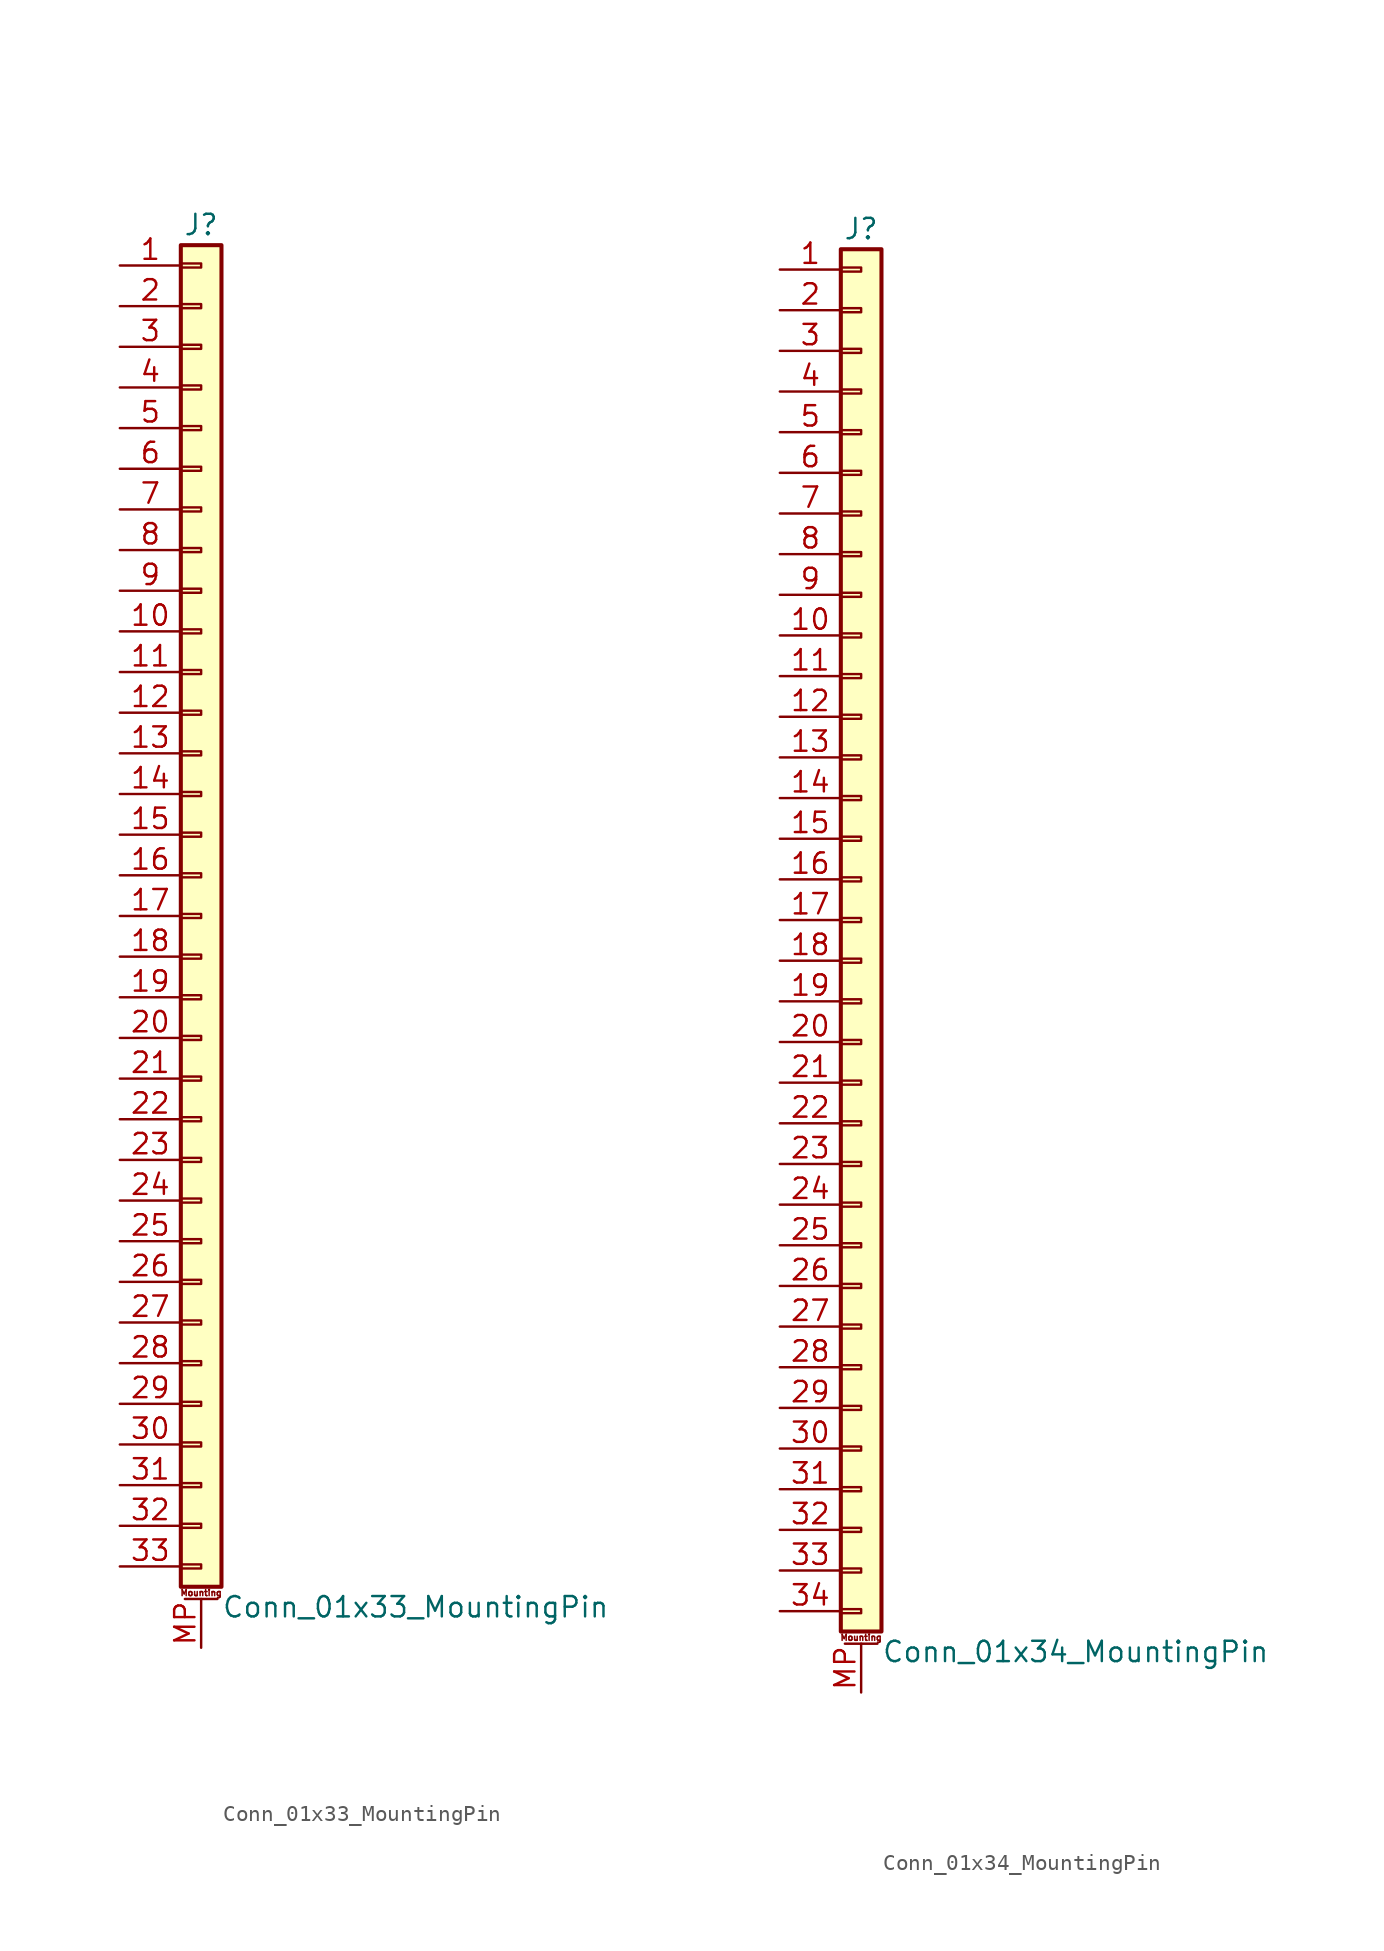
<source format=kicad_sym>
(kicad_symbol_lib
  (version 20201005)
  (generator kicad_symbol_editor)
  (symbol "Conn_01x33_MountingPin"
    (pin_names
      (offset 1.016) hide)
    (property "Reference" "J"
      (at 0 43.18 0)
      (effects (font (size 1.27 1.27))))
    (property "Value" "Conn_01x33_MountingPin"
      (at 1.27 -43.18 0)
      (effects (font (size 1.27 1.27)) (justify left)))
    (symbol "Conn_01x33_MountingPin_1_1"
      (text "Mounting" (at 0 -42.291 0) (effects (font (size 0.381 0.381))))
      (rectangle (start -1.27 -40.513) (end 0 -40.767) (stroke (width 0.152)) (fill (type none)))
      (rectangle (start -1.27 -37.973) (end 0 -38.227) (stroke (width 0.152)) (fill (type none)))
      (rectangle (start -1.27 -35.433) (end 0 -35.687) (stroke (width 0.152)) (fill (type none)))
      (rectangle (start -1.27 -32.893) (end 0 -33.147) (stroke (width 0.152)) (fill (type none)))
      (rectangle (start -1.27 -30.353) (end 0 -30.607) (stroke (width 0.152)) (fill (type none)))
      (rectangle (start -1.27 -27.813) (end 0 -28.067) (stroke (width 0.152)) (fill (type none)))
      (rectangle (start -1.27 -25.273) (end 0 -25.527) (stroke (width 0.152)) (fill (type none)))
      (rectangle (start -1.27 -22.733) (end 0 -22.987) (stroke (width 0.152)) (fill (type none)))
      (rectangle (start -1.27 -20.193) (end 0 -20.447) (stroke (width 0.152)) (fill (type none)))
      (rectangle (start -1.27 -17.653) (end 0 -17.907) (stroke (width 0.152)) (fill (type none)))
      (rectangle (start -1.27 -15.113) (end 0 -15.367) (stroke (width 0.152)) (fill (type none)))
      (rectangle (start -1.27 -12.573) (end 0 -12.827) (stroke (width 0.152)) (fill (type none)))
      (rectangle (start -1.27 -10.033) (end 0 -10.287) (stroke (width 0.152)) (fill (type none)))
      (rectangle (start -1.27 -7.493) (end 0 -7.747) (stroke (width 0.152)) (fill (type none)))
      (rectangle (start -1.27 -4.953) (end 0 -5.207) (stroke (width 0.152)) (fill (type none)))
      (rectangle (start -1.27 -2.413) (end 0 -2.667) (stroke (width 0.152)) (fill (type none)))
      (rectangle (start -1.27 0.127) (end 0 -0.127) (stroke (width 0.152)) (fill (type none)))
      (rectangle (start -1.27 2.667) (end 0 2.413) (stroke (width 0.152)) (fill (type none)))
      (rectangle (start -1.27 5.207) (end 0 4.953) (stroke (width 0.152)) (fill (type none)))
      (rectangle (start -1.27 7.747) (end 0 7.493) (stroke (width 0.152)) (fill (type none)))
      (rectangle (start -1.27 10.287) (end 0 10.033) (stroke (width 0.152)) (fill (type none)))
      (rectangle (start -1.27 12.827) (end 0 12.573) (stroke (width 0.152)) (fill (type none)))
      (rectangle (start -1.27 15.367) (end 0 15.113) (stroke (width 0.152)) (fill (type none)))
      (rectangle (start -1.27 17.907) (end 0 17.653) (stroke (width 0.152)) (fill (type none)))
      (rectangle (start -1.27 20.447) (end 0 20.193) (stroke (width 0.152)) (fill (type none)))
      (rectangle (start -1.27 22.987) (end 0 22.733) (stroke (width 0.152)) (fill (type none)))
      (rectangle (start -1.27 25.527) (end 0 25.273) (stroke (width 0.152)) (fill (type none)))
      (rectangle (start -1.27 28.067) (end 0 27.813) (stroke (width 0.152)) (fill (type none)))
      (rectangle (start -1.27 30.607) (end 0 30.353) (stroke (width 0.152)) (fill (type none)))
      (rectangle (start -1.27 33.147) (end 0 32.893) (stroke (width 0.152)) (fill (type none)))
      (rectangle (start -1.27 35.687) (end 0 35.433) (stroke (width 0.152)) (fill (type none)))
      (rectangle (start -1.27 38.227) (end 0 37.973) (stroke (width 0.152)) (fill (type none)))
      (rectangle (start -1.27 40.767) (end 0 40.513) (stroke (width 0.152)) (fill (type none)))
      (rectangle (start -1.27 41.91) (end 1.27 -41.91) (stroke (width 0.254)) (fill (type background)))
      (polyline (pts (xy -1.016 -42.672) (xy 1.016 -42.672)) (stroke (width 0.152)) (fill (type none)))
      (pin passive line (at -5.08 40.64 0) (length 3.81) (name "Pin_1" (effects (font (size 1.27 1.27)))) (number "1" (effects (font (size 1.27 1.27)))))
      (pin passive line (at -5.08 17.78 0) (length 3.81) (name "Pin_10" (effects (font (size 1.27 1.27)))) (number "10" (effects (font (size 1.27 1.27)))))
      (pin passive line (at -5.08 15.24 0) (length 3.81) (name "Pin_11" (effects (font (size 1.27 1.27)))) (number "11" (effects (font (size 1.27 1.27)))))
      (pin passive line (at -5.08 12.7 0) (length 3.81) (name "Pin_12" (effects (font (size 1.27 1.27)))) (number "12" (effects (font (size 1.27 1.27)))))
      (pin passive line (at -5.08 10.16 0) (length 3.81) (name "Pin_13" (effects (font (size 1.27 1.27)))) (number "13" (effects (font (size 1.27 1.27)))))
      (pin passive line (at -5.08 7.62 0) (length 3.81) (name "Pin_14" (effects (font (size 1.27 1.27)))) (number "14" (effects (font (size 1.27 1.27)))))
      (pin passive line (at -5.08 5.08 0) (length 3.81) (name "Pin_15" (effects (font (size 1.27 1.27)))) (number "15" (effects (font (size 1.27 1.27)))))
      (pin passive line (at -5.08 2.54 0) (length 3.81) (name "Pin_16" (effects (font (size 1.27 1.27)))) (number "16" (effects (font (size 1.27 1.27)))))
      (pin passive line (at -5.08 0 0) (length 3.81) (name "Pin_17" (effects (font (size 1.27 1.27)))) (number "17" (effects (font (size 1.27 1.27)))))
      (pin passive line (at -5.08 -2.54 0) (length 3.81) (name "Pin_18" (effects (font (size 1.27 1.27)))) (number "18" (effects (font (size 1.27 1.27)))))
      (pin passive line (at -5.08 -5.08 0) (length 3.81) (name "Pin_19" (effects (font (size 1.27 1.27)))) (number "19" (effects (font (size 1.27 1.27)))))
      (pin passive line (at -5.08 38.1 0) (length 3.81) (name "Pin_2" (effects (font (size 1.27 1.27)))) (number "2" (effects (font (size 1.27 1.27)))))
      (pin passive line (at -5.08 -7.62 0) (length 3.81) (name "Pin_20" (effects (font (size 1.27 1.27)))) (number "20" (effects (font (size 1.27 1.27)))))
      (pin passive line (at -5.08 -10.16 0) (length 3.81) (name "Pin_21" (effects (font (size 1.27 1.27)))) (number "21" (effects (font (size 1.27 1.27)))))
      (pin passive line (at -5.08 -12.7 0) (length 3.81) (name "Pin_22" (effects (font (size 1.27 1.27)))) (number "22" (effects (font (size 1.27 1.27)))))
      (pin passive line (at -5.08 -15.24 0) (length 3.81) (name "Pin_23" (effects (font (size 1.27 1.27)))) (number "23" (effects (font (size 1.27 1.27)))))
      (pin passive line (at -5.08 -17.78 0) (length 3.81) (name "Pin_24" (effects (font (size 1.27 1.27)))) (number "24" (effects (font (size 1.27 1.27)))))
      (pin passive line (at -5.08 -20.32 0) (length 3.81) (name "Pin_25" (effects (font (size 1.27 1.27)))) (number "25" (effects (font (size 1.27 1.27)))))
      (pin passive line (at -5.08 -22.86 0) (length 3.81) (name "Pin_26" (effects (font (size 1.27 1.27)))) (number "26" (effects (font (size 1.27 1.27)))))
      (pin passive line (at -5.08 -25.4 0) (length 3.81) (name "Pin_27" (effects (font (size 1.27 1.27)))) (number "27" (effects (font (size 1.27 1.27)))))
      (pin passive line (at -5.08 -27.94 0) (length 3.81) (name "Pin_28" (effects (font (size 1.27 1.27)))) (number "28" (effects (font (size 1.27 1.27)))))
      (pin passive line (at -5.08 -30.48 0) (length 3.81) (name "Pin_29" (effects (font (size 1.27 1.27)))) (number "29" (effects (font (size 1.27 1.27)))))
      (pin passive line (at -5.08 35.56 0) (length 3.81) (name "Pin_3" (effects (font (size 1.27 1.27)))) (number "3" (effects (font (size 1.27 1.27)))))
      (pin passive line (at -5.08 -33.02 0) (length 3.81) (name "Pin_30" (effects (font (size 1.27 1.27)))) (number "30" (effects (font (size 1.27 1.27)))))
      (pin passive line (at -5.08 -35.56 0) (length 3.81) (name "Pin_31" (effects (font (size 1.27 1.27)))) (number "31" (effects (font (size 1.27 1.27)))))
      (pin passive line (at -5.08 -38.1 0) (length 3.81) (name "Pin_32" (effects (font (size 1.27 1.27)))) (number "32" (effects (font (size 1.27 1.27)))))
      (pin passive line (at -5.08 -40.64 0) (length 3.81) (name "Pin_33" (effects (font (size 1.27 1.27)))) (number "33" (effects (font (size 1.27 1.27)))))
      (pin passive line (at -5.08 33.02 0) (length 3.81) (name "Pin_4" (effects (font (size 1.27 1.27)))) (number "4" (effects (font (size 1.27 1.27)))))
      (pin passive line (at -5.08 30.48 0) (length 3.81) (name "Pin_5" (effects (font (size 1.27 1.27)))) (number "5" (effects (font (size 1.27 1.27)))))
      (pin passive line (at -5.08 27.94 0) (length 3.81) (name "Pin_6" (effects (font (size 1.27 1.27)))) (number "6" (effects (font (size 1.27 1.27)))))
      (pin passive line (at -5.08 25.4 0) (length 3.81) (name "Pin_7" (effects (font (size 1.27 1.27)))) (number "7" (effects (font (size 1.27 1.27)))))
      (pin passive line (at -5.08 22.86 0) (length 3.81) (name "Pin_8" (effects (font (size 1.27 1.27)))) (number "8" (effects (font (size 1.27 1.27)))))
      (pin passive line (at -5.08 20.32 0) (length 3.81) (name "Pin_9" (effects (font (size 1.27 1.27)))) (number "9" (effects (font (size 1.27 1.27)))))
      (pin passive line (at 0 -45.72 90) (length 3.048) (name "MountPin" (effects (font (size 1.27 1.27)))) (number "MP" (effects (font (size 1.27 1.27)))))))
  (symbol "Conn_01x34_MountingPin"
    (pin_names
      (offset 1.016) hide)
    (property "Reference" "J"
      (at 0 43.18 0)
      (effects (font (size 1.27 1.27))))
    (property "Value" "Conn_01x34_MountingPin"
      (at 1.27 -45.72 0)
      (effects (font (size 1.27 1.27)) (justify left)))
    (symbol "Conn_01x34_MountingPin_1_1"
      (text "Mounting" (at 0 -44.831 0) (effects (font (size 0.381 0.381))))
      (rectangle (start -1.27 -43.053) (end 0 -43.307) (stroke (width 0.152)) (fill (type none)))
      (rectangle (start -1.27 -40.513) (end 0 -40.767) (stroke (width 0.152)) (fill (type none)))
      (rectangle (start -1.27 -37.973) (end 0 -38.227) (stroke (width 0.152)) (fill (type none)))
      (rectangle (start -1.27 -35.433) (end 0 -35.687) (stroke (width 0.152)) (fill (type none)))
      (rectangle (start -1.27 -32.893) (end 0 -33.147) (stroke (width 0.152)) (fill (type none)))
      (rectangle (start -1.27 -30.353) (end 0 -30.607) (stroke (width 0.152)) (fill (type none)))
      (rectangle (start -1.27 -27.813) (end 0 -28.067) (stroke (width 0.152)) (fill (type none)))
      (rectangle (start -1.27 -25.273) (end 0 -25.527) (stroke (width 0.152)) (fill (type none)))
      (rectangle (start -1.27 -22.733) (end 0 -22.987) (stroke (width 0.152)) (fill (type none)))
      (rectangle (start -1.27 -20.193) (end 0 -20.447) (stroke (width 0.152)) (fill (type none)))
      (rectangle (start -1.27 -17.653) (end 0 -17.907) (stroke (width 0.152)) (fill (type none)))
      (rectangle (start -1.27 -15.113) (end 0 -15.367) (stroke (width 0.152)) (fill (type none)))
      (rectangle (start -1.27 -12.573) (end 0 -12.827) (stroke (width 0.152)) (fill (type none)))
      (rectangle (start -1.27 -10.033) (end 0 -10.287) (stroke (width 0.152)) (fill (type none)))
      (rectangle (start -1.27 -7.493) (end 0 -7.747) (stroke (width 0.152)) (fill (type none)))
      (rectangle (start -1.27 -4.953) (end 0 -5.207) (stroke (width 0.152)) (fill (type none)))
      (rectangle (start -1.27 -2.413) (end 0 -2.667) (stroke (width 0.152)) (fill (type none)))
      (rectangle (start -1.27 0.127) (end 0 -0.127) (stroke (width 0.152)) (fill (type none)))
      (rectangle (start -1.27 2.667) (end 0 2.413) (stroke (width 0.152)) (fill (type none)))
      (rectangle (start -1.27 5.207) (end 0 4.953) (stroke (width 0.152)) (fill (type none)))
      (rectangle (start -1.27 7.747) (end 0 7.493) (stroke (width 0.152)) (fill (type none)))
      (rectangle (start -1.27 10.287) (end 0 10.033) (stroke (width 0.152)) (fill (type none)))
      (rectangle (start -1.27 12.827) (end 0 12.573) (stroke (width 0.152)) (fill (type none)))
      (rectangle (start -1.27 15.367) (end 0 15.113) (stroke (width 0.152)) (fill (type none)))
      (rectangle (start -1.27 17.907) (end 0 17.653) (stroke (width 0.152)) (fill (type none)))
      (rectangle (start -1.27 20.447) (end 0 20.193) (stroke (width 0.152)) (fill (type none)))
      (rectangle (start -1.27 22.987) (end 0 22.733) (stroke (width 0.152)) (fill (type none)))
      (rectangle (start -1.27 25.527) (end 0 25.273) (stroke (width 0.152)) (fill (type none)))
      (rectangle (start -1.27 28.067) (end 0 27.813) (stroke (width 0.152)) (fill (type none)))
      (rectangle (start -1.27 30.607) (end 0 30.353) (stroke (width 0.152)) (fill (type none)))
      (rectangle (start -1.27 33.147) (end 0 32.893) (stroke (width 0.152)) (fill (type none)))
      (rectangle (start -1.27 35.687) (end 0 35.433) (stroke (width 0.152)) (fill (type none)))
      (rectangle (start -1.27 38.227) (end 0 37.973) (stroke (width 0.152)) (fill (type none)))
      (rectangle (start -1.27 40.767) (end 0 40.513) (stroke (width 0.152)) (fill (type none)))
      (rectangle (start -1.27 41.91) (end 1.27 -44.45) (stroke (width 0.254)) (fill (type background)))
      (polyline (pts (xy -1.016 -45.212) (xy 1.016 -45.212)) (stroke (width 0.152)) (fill (type none)))
      (pin passive line (at -5.08 40.64 0) (length 3.81) (name "Pin_1" (effects (font (size 1.27 1.27)))) (number "1" (effects (font (size 1.27 1.27)))))
      (pin passive line (at -5.08 17.78 0) (length 3.81) (name "Pin_10" (effects (font (size 1.27 1.27)))) (number "10" (effects (font (size 1.27 1.27)))))
      (pin passive line (at -5.08 15.24 0) (length 3.81) (name "Pin_11" (effects (font (size 1.27 1.27)))) (number "11" (effects (font (size 1.27 1.27)))))
      (pin passive line (at -5.08 12.7 0) (length 3.81) (name "Pin_12" (effects (font (size 1.27 1.27)))) (number "12" (effects (font (size 1.27 1.27)))))
      (pin passive line (at -5.08 10.16 0) (length 3.81) (name "Pin_13" (effects (font (size 1.27 1.27)))) (number "13" (effects (font (size 1.27 1.27)))))
      (pin passive line (at -5.08 7.62 0) (length 3.81) (name "Pin_14" (effects (font (size 1.27 1.27)))) (number "14" (effects (font (size 1.27 1.27)))))
      (pin passive line (at -5.08 5.08 0) (length 3.81) (name "Pin_15" (effects (font (size 1.27 1.27)))) (number "15" (effects (font (size 1.27 1.27)))))
      (pin passive line (at -5.08 2.54 0) (length 3.81) (name "Pin_16" (effects (font (size 1.27 1.27)))) (number "16" (effects (font (size 1.27 1.27)))))
      (pin passive line (at -5.08 0 0) (length 3.81) (name "Pin_17" (effects (font (size 1.27 1.27)))) (number "17" (effects (font (size 1.27 1.27)))))
      (pin passive line (at -5.08 -2.54 0) (length 3.81) (name "Pin_18" (effects (font (size 1.27 1.27)))) (number "18" (effects (font (size 1.27 1.27)))))
      (pin passive line (at -5.08 -5.08 0) (length 3.81) (name "Pin_19" (effects (font (size 1.27 1.27)))) (number "19" (effects (font (size 1.27 1.27)))))
      (pin passive line (at -5.08 38.1 0) (length 3.81) (name "Pin_2" (effects (font (size 1.27 1.27)))) (number "2" (effects (font (size 1.27 1.27)))))
      (pin passive line (at -5.08 -7.62 0) (length 3.81) (name "Pin_20" (effects (font (size 1.27 1.27)))) (number "20" (effects (font (size 1.27 1.27)))))
      (pin passive line (at -5.08 -10.16 0) (length 3.81) (name "Pin_21" (effects (font (size 1.27 1.27)))) (number "21" (effects (font (size 1.27 1.27)))))
      (pin passive line (at -5.08 -12.7 0) (length 3.81) (name "Pin_22" (effects (font (size 1.27 1.27)))) (number "22" (effects (font (size 1.27 1.27)))))
      (pin passive line (at -5.08 -15.24 0) (length 3.81) (name "Pin_23" (effects (font (size 1.27 1.27)))) (number "23" (effects (font (size 1.27 1.27)))))
      (pin passive line (at -5.08 -17.78 0) (length 3.81) (name "Pin_24" (effects (font (size 1.27 1.27)))) (number "24" (effects (font (size 1.27 1.27)))))
      (pin passive line (at -5.08 -20.32 0) (length 3.81) (name "Pin_25" (effects (font (size 1.27 1.27)))) (number "25" (effects (font (size 1.27 1.27)))))
      (pin passive line (at -5.08 -22.86 0) (length 3.81) (name "Pin_26" (effects (font (size 1.27 1.27)))) (number "26" (effects (font (size 1.27 1.27)))))
      (pin passive line (at -5.08 -25.4 0) (length 3.81) (name "Pin_27" (effects (font (size 1.27 1.27)))) (number "27" (effects (font (size 1.27 1.27)))))
      (pin passive line (at -5.08 -27.94 0) (length 3.81) (name "Pin_28" (effects (font (size 1.27 1.27)))) (number "28" (effects (font (size 1.27 1.27)))))
      (pin passive line (at -5.08 -30.48 0) (length 3.81) (name "Pin_29" (effects (font (size 1.27 1.27)))) (number "29" (effects (font (size 1.27 1.27)))))
      (pin passive line (at -5.08 35.56 0) (length 3.81) (name "Pin_3" (effects (font (size 1.27 1.27)))) (number "3" (effects (font (size 1.27 1.27)))))
      (pin passive line (at -5.08 -33.02 0) (length 3.81) (name "Pin_30" (effects (font (size 1.27 1.27)))) (number "30" (effects (font (size 1.27 1.27)))))
      (pin passive line (at -5.08 -35.56 0) (length 3.81) (name "Pin_31" (effects (font (size 1.27 1.27)))) (number "31" (effects (font (size 1.27 1.27)))))
      (pin passive line (at -5.08 -38.1 0) (length 3.81) (name "Pin_32" (effects (font (size 1.27 1.27)))) (number "32" (effects (font (size 1.27 1.27)))))
      (pin passive line (at -5.08 -40.64 0) (length 3.81) (name "Pin_33" (effects (font (size 1.27 1.27)))) (number "33" (effects (font (size 1.27 1.27)))))
      (pin passive line (at -5.08 -43.18 0) (length 3.81) (name "Pin_34" (effects (font (size 1.27 1.27)))) (number "34" (effects (font (size 1.27 1.27)))))
      (pin passive line (at -5.08 33.02 0) (length 3.81) (name "Pin_4" (effects (font (size 1.27 1.27)))) (number "4" (effects (font (size 1.27 1.27)))))
      (pin passive line (at -5.08 30.48 0) (length 3.81) (name "Pin_5" (effects (font (size 1.27 1.27)))) (number "5" (effects (font (size 1.27 1.27)))))
      (pin passive line (at -5.08 27.94 0) (length 3.81) (name "Pin_6" (effects (font (size 1.27 1.27)))) (number "6" (effects (font (size 1.27 1.27)))))
      (pin passive line (at -5.08 25.4 0) (length 3.81) (name "Pin_7" (effects (font (size 1.27 1.27)))) (number "7" (effects (font (size 1.27 1.27)))))
      (pin passive line (at -5.08 22.86 0) (length 3.81) (name "Pin_8" (effects (font (size 1.27 1.27)))) (number "8" (effects (font (size 1.27 1.27)))))
      (pin passive line (at -5.08 20.32 0) (length 3.81) (name "Pin_9" (effects (font (size 1.27 1.27)))) (number "9" (effects (font (size 1.27 1.27)))))
      (pin passive line (at 0 -48.26 90) (length 3.048) (name "MountPin" (effects (font (size 1.27 1.27)))) (number "MP" (effects (font (size 1.27 1.27))))))))
</source>
